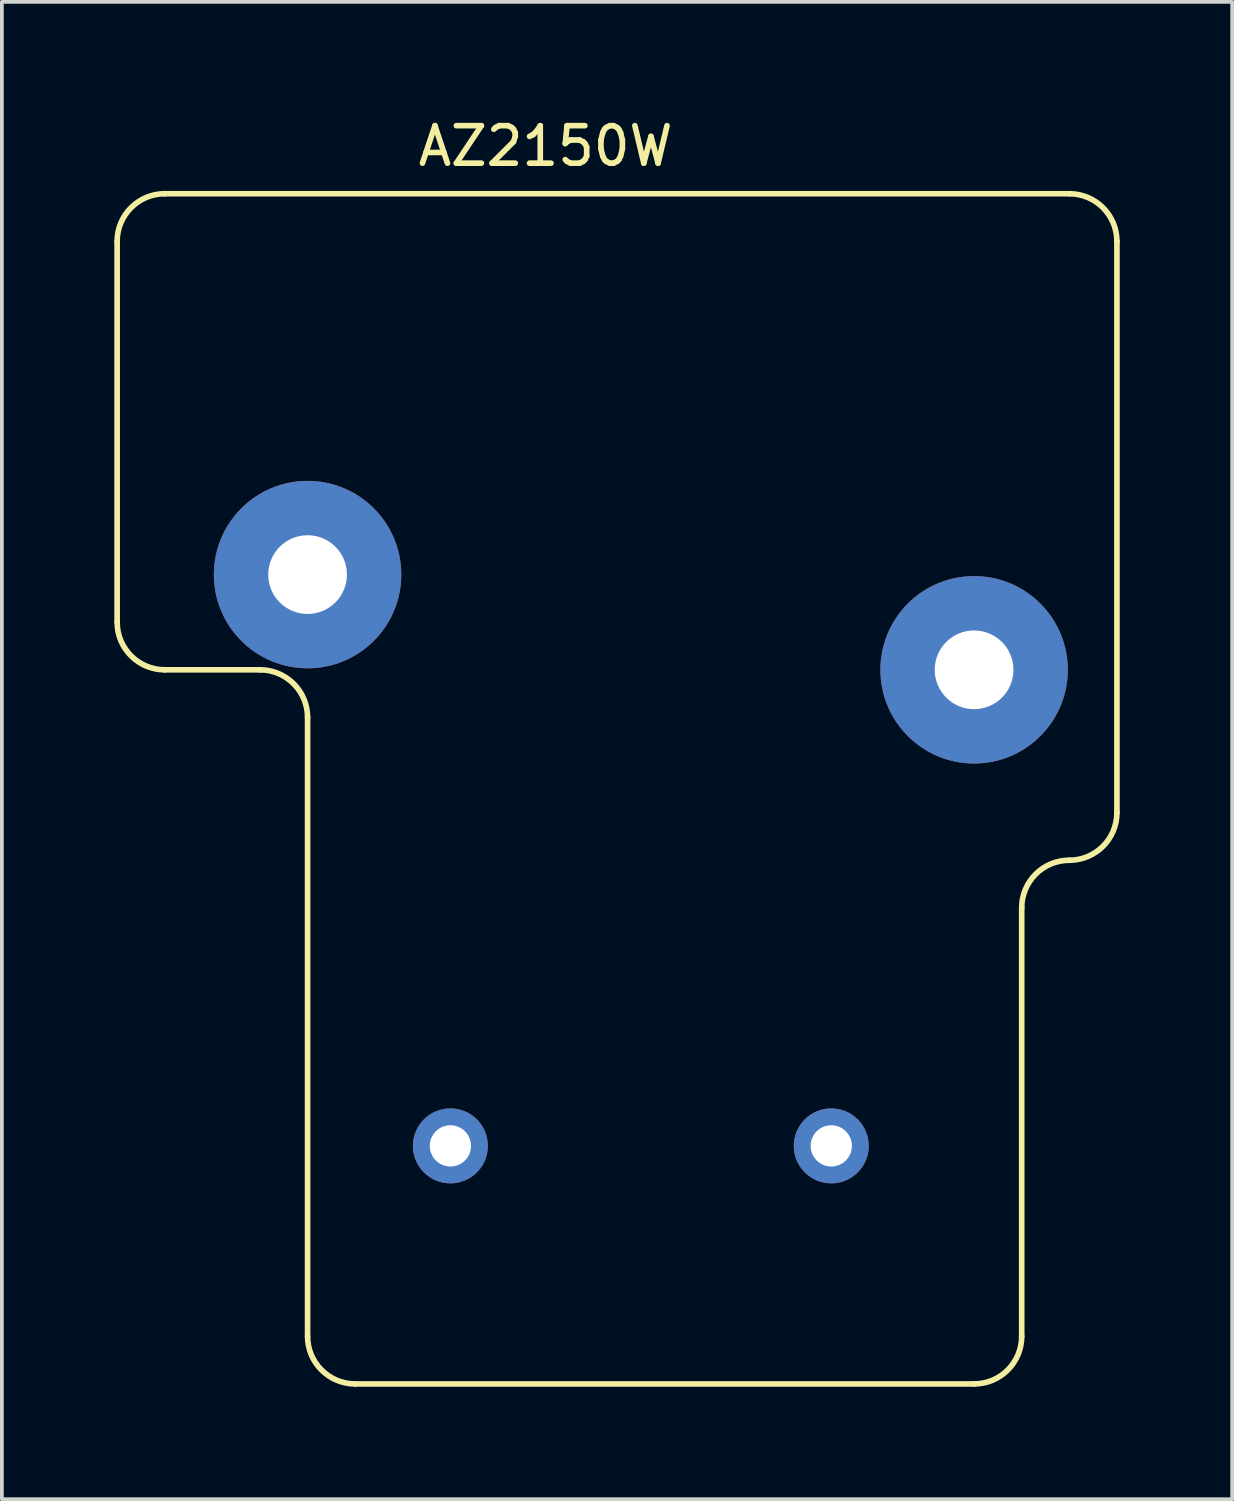
<source format=kicad_pcb>
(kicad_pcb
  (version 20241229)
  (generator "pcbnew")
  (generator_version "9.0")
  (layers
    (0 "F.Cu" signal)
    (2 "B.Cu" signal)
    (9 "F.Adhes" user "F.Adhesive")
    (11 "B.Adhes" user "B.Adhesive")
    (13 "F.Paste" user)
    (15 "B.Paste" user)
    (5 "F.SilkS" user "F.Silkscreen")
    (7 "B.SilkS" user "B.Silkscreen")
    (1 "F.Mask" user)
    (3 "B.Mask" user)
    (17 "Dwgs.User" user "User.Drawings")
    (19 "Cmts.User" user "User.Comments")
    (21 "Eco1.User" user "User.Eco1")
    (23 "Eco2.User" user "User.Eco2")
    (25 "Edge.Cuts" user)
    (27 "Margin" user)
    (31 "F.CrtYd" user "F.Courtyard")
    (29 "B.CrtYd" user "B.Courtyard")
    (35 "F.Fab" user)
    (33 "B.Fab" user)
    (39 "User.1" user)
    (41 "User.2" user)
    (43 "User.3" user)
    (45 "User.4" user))
  (footprint "AZ2150W"
    (layer "F.Cu")
    (at 14.045 14.818)
    (property "Reference" "AZ2150W" (at -2.54 -13.97 0) (layer "F.SilkS") (effects (font (size 1 1) (thickness 0.15))))
    (attr through_hole)
    (fp_line (start -13.97 -1.27) (end -13.97 -11.43) (stroke (width 0.15) (type solid)) (layer "F.SilkS"))
    (fp_line (start -12.7 -12.7) (end 11.43 -12.7) (stroke (width 0.15) (type solid)) (layer "F.SilkS"))
    (fp_line (start -10.16 0) (end -12.7 0) (stroke (width 0.15) (type solid)) (layer "F.SilkS"))
    (fp_line (start -8.89 17.78) (end -8.89 1.27) (stroke (width 0.15) (type solid)) (layer "F.SilkS"))
    (fp_line (start -7.62 19.05) (end 8.89 19.05) (stroke (width 0.15) (type solid)) (layer "F.SilkS"))
    (fp_line (start 10.16 17.78) (end 10.16 6.35) (stroke (width 0.15) (type solid)) (layer "F.SilkS"))
    (fp_line (start 12.7 -11.43) (end 12.7 3.81) (stroke (width 0.15) (type solid)) (layer "F.SilkS"))
    (fp_arc (start -13.97 -11.43) (mid -13.598026 -12.328026) (end -12.7 -12.7) (stroke (width 0.15) (type solid)) (layer "F.SilkS"))
    (fp_arc (start -12.7 0) (mid -13.598026 -0.371974) (end -13.97 -1.27) (stroke (width 0.15) (type solid)) (layer "F.SilkS"))
    (fp_arc (start -10.16 0) (mid -9.261974 0.371974) (end -8.89 1.27) (stroke (width 0.15) (type solid)) (layer "F.SilkS"))
    (fp_arc (start -7.62 19.05) (mid -8.518026 18.678026) (end -8.89 17.78) (stroke (width 0.15) (type solid)) (layer "F.SilkS"))
    (fp_arc (start 10.16 6.35) (mid 10.531974 5.451974) (end 11.43 5.08) (stroke (width 0.15) (type solid)) (layer "F.SilkS"))
    (fp_arc (start 10.16 17.78) (mid 9.788026 18.678026) (end 8.89 19.05) (stroke (width 0.15) (type solid)) (layer "F.SilkS"))
    (fp_arc (start 11.43 -12.7) (mid 12.328026 -12.328026) (end 12.7 -11.43) (stroke (width 0.15) (type solid)) (layer "F.SilkS"))
    (fp_arc (start 12.7 3.81) (mid 12.328026 4.708026) (end 11.43 5.08) (stroke (width 0.15) (type solid)) (layer "F.SilkS"))
    (pad "1" thru_hole circle (at -5.08 12.7) (size 2 2) (drill 1.1) (layers "*.Cu" "*.Mask"))
    (pad "2" thru_hole circle (at 5.08 12.7) (size 2 2) (drill 1.1) (layers "*.Cu" "*.Mask"))
    (pad "3" thru_hole circle (at -8.89 -2.54) (size 5 5) (drill 2.1) (layers "*.Cu" "*.Mask"))
    (pad "4" thru_hole circle (at 8.89 0) (size 5 5) (drill 2.1) (layers "*.Cu" "*.Mask")))
  (gr_rect
    (start -3 -3)
    (end 29.82 36.943)
    (stroke (width 0.1) (type default))
    (fill no)
    (layer "Edge.Cuts")))
</source>
